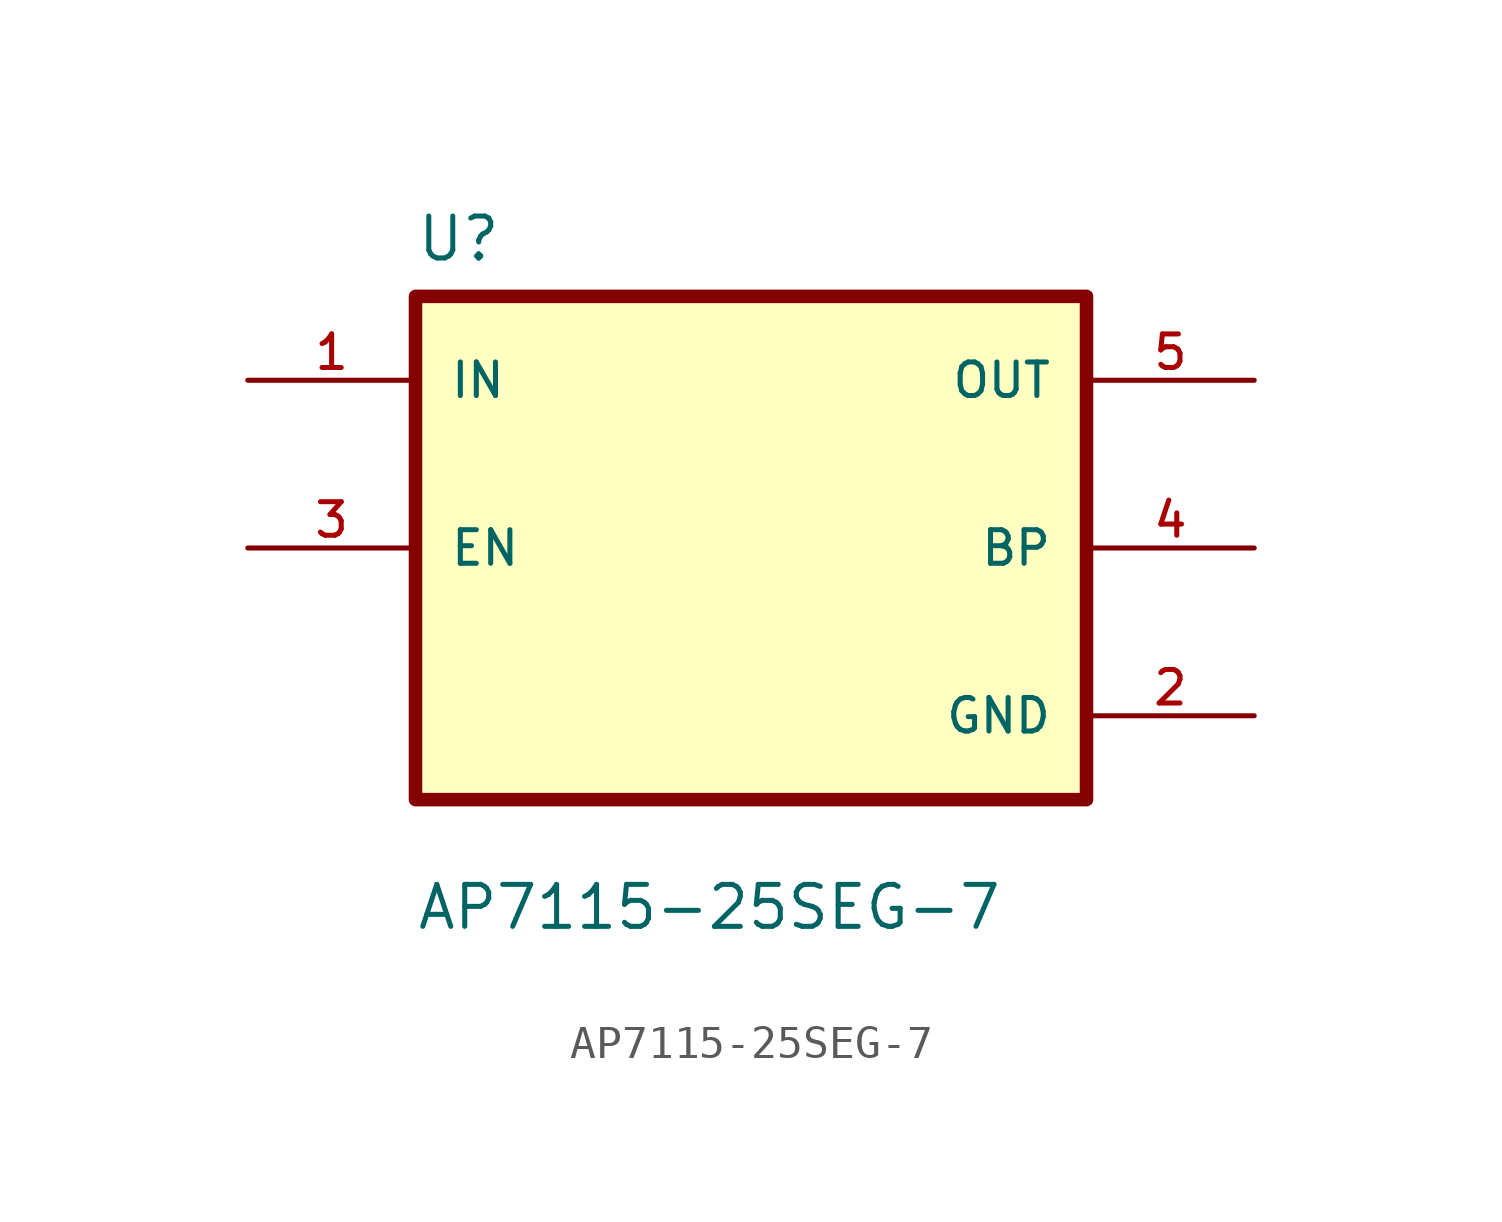
<source format=kicad_sym>
(kicad_symbol_lib
  (version 20211014)
  (generator kicad_symbol_editor)
  (symbol "AP7115-25SEG-7"
    (pin_names
      (offset 1.016))
    (property "Reference" "U"
      (at -10.16 8.62 0.0)
      (effects (font (size 1.27 1.27)) (justify bottom left)))
    (property "Value" "AP7115-25SEG-7"
      (at -10.16 -11.62 0.0)
      (effects (font (size 1.27 1.27)) (justify bottom left)))
    (symbol "AP7115-25SEG-7_0_0"
      (rectangle (start -10.16 -7.62) (end 10.16 7.62) (stroke (width 0.41)) (fill (type background)))
      (pin power_in line (at -15.24 5.08 0) (length 5.08) (name "IN" (effects (font (size 1.016 1.016)))) (number "1" (effects (font (size 1.016 1.016)))))
      (pin passive line (at 15.24 0.0 180.0) (length 5.08) (name "BP" (effects (font (size 1.016 1.016)))) (number "4" (effects (font (size 1.016 1.016)))))
      (pin input line (at -15.24 0.0 0) (length 5.08) (name "EN" (effects (font (size 1.016 1.016)))) (number "3" (effects (font (size 1.016 1.016)))))
      (pin output line (at 15.24 5.08 180.0) (length 5.08) (name "OUT" (effects (font (size 1.016 1.016)))) (number "5" (effects (font (size 1.016 1.016)))))
      (pin power_in line (at 15.24 -5.08 180.0) (length 5.08) (name "GND" (effects (font (size 1.016 1.016)))) (number "2" (effects (font (size 1.016 1.016))))))))
</source>
